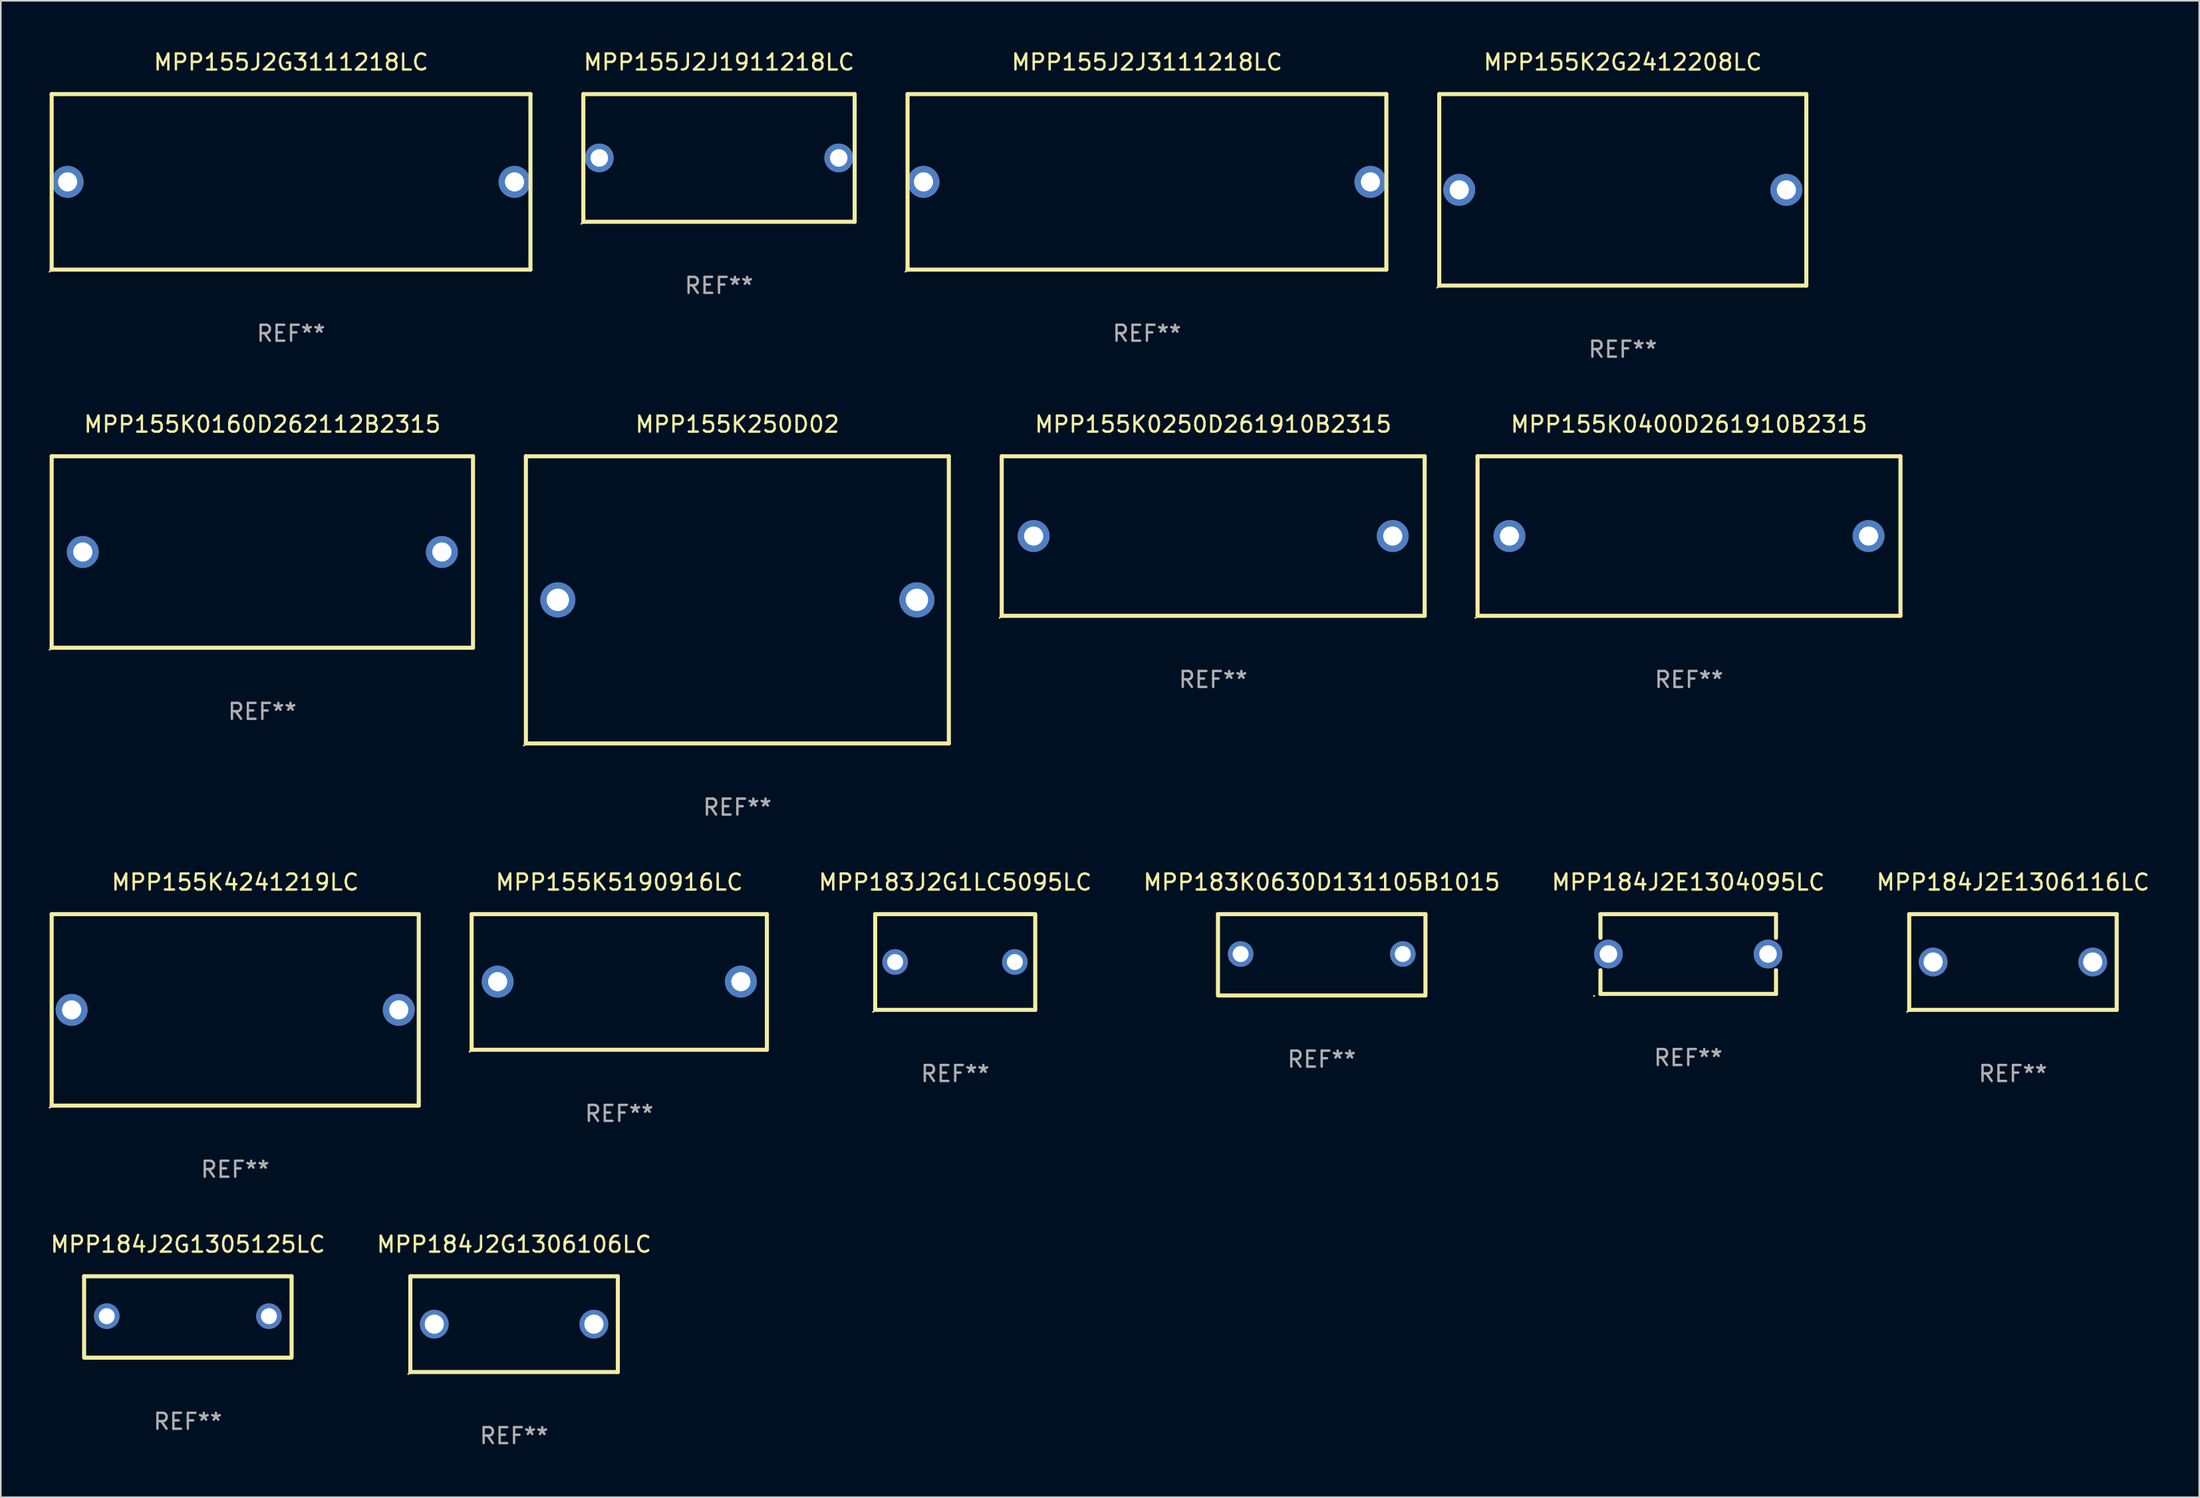
<source format=kicad_pcb>
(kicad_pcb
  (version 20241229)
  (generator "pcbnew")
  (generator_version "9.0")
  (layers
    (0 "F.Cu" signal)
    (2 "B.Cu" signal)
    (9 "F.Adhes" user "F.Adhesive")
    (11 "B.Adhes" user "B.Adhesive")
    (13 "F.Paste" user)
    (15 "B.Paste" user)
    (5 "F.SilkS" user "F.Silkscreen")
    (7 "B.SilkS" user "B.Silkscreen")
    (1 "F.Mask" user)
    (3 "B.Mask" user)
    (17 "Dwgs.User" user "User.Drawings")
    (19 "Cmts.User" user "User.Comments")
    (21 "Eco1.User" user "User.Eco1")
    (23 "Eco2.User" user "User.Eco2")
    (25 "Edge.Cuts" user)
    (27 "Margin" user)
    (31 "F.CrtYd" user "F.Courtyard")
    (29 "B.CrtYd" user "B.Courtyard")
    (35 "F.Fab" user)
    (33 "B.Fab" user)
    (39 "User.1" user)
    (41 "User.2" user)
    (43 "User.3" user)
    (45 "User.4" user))
  (footprint "MPP155J2J1911218LC"
    (layer "F.Cu")
    (at 42.001 6.848)
    (property "Reference" "MPP155J2J1911218LC" (at 0 -6 0) (layer "F.SilkS") (effects (font (size 1 1) (thickness 0.15))))
    (attr through_hole)
    (fp_line (start -8.5 -4) (end 8.5 -4) (stroke (width 0.254) (type solid)) (layer "F.SilkS"))
    (fp_line (start -8.5 4) (end -8.5 -4) (stroke (width 0.254) (type solid)) (layer "F.SilkS"))
    (fp_line (start 8.5 -4) (end 8.5 4) (stroke (width 0.254) (type solid)) (layer "F.SilkS"))
    (fp_line (start 8.5 4) (end -8.5 4) (stroke (width 0.254) (type solid)) (layer "F.SilkS"))
    (fp_circle (center -8.627 4.127) (end -8.597 4.127) (stroke (width 0.06) (type solid)) (fill no) (layer "F.SilkS"))
    (fp_text user "REF**" (at 0 8 0) (layer "F.Fab") (effects (font (size 1 1) (thickness 0.15))))
    (pad "1" thru_hole circle (at -7.501 0) (size 1.8 1.8) (drill 1.1) (layers "*.Cu" "*.Mask"))
    (pad "2" thru_hole circle (at 7.501 0) (size 1.8 1.8) (drill 1.1) (layers "*.Cu" "*.Mask")))
  (footprint "MPP184J2E1304095LC"
    (layer "F.Cu")
    (at 102.73 56.741)
    (property "Reference" "MPP184J2E1304095LC" (at 0 -4.5 0) (layer "F.SilkS") (effects (font (size 1 1) (thickness 0.15))))
    (attr through_hole)
    (fp_line (start -5.5 -2.5) (end -5.5 -1.014) (stroke (width 0.254) (type solid)) (layer "F.SilkS"))
    (fp_line (start -5.5 -2.5) (end 5.5 -2.5) (stroke (width 0.254) (type solid)) (layer "F.SilkS"))
    (fp_line (start -5.5 1.014) (end -5.5 2.5) (stroke (width 0.254) (type solid)) (layer "F.SilkS"))
    (fp_line (start 5.5 -1.014) (end 5.5 -2.5) (stroke (width 0.254) (type solid)) (layer "F.SilkS"))
    (fp_line (start 5.5 2.5) (end -5.5 2.5) (stroke (width 0.254) (type solid)) (layer "F.SilkS"))
    (fp_line (start 5.5 2.5) (end 5.5 1.014) (stroke (width 0.254) (type solid)) (layer "F.SilkS"))
    (fp_circle (center -5.9 2.627) (end -5.87 2.627) (stroke (width 0.06) (type solid)) (fill no) (layer "F.SilkS"))
    (fp_text user "REF**" (at 0 6.5 0) (layer "F.Fab") (effects (font (size 1 1) (thickness 0.15))))
    (pad "1" thru_hole circle (at -5 0) (size 1.8 1.8) (drill 1.1) (layers "*.Cu" "*.Mask"))
    (pad "2" thru_hole circle (at 5 0) (size 1.8 1.8) (drill 1.1) (layers "*.Cu" "*.Mask")))
  (footprint "MPP155K2G2412208LC"
    (layer "F.Cu")
    (at 98.629 8.848)
    (property "Reference" "MPP155K2G2412208LC" (at 0 -8 0) (layer "F.SilkS") (effects (font (size 1 1) (thickness 0.15))))
    (attr through_hole)
    (fp_line (start -11.5 -6) (end 11.5 -6) (stroke (width 0.254) (type solid)) (layer "F.SilkS"))
    (fp_line (start -11.5 6) (end -11.5 -6) (stroke (width 0.254) (type solid)) (layer "F.SilkS"))
    (fp_line (start 11.5 -6) (end 11.5 6) (stroke (width 0.254) (type solid)) (layer "F.SilkS"))
    (fp_line (start 11.5 6) (end -11.5 6) (stroke (width 0.254) (type solid)) (layer "F.SilkS"))
    (fp_circle (center -11.627 6.127) (end -11.597 6.127) (stroke (width 0.06) (type solid)) (fill no) (layer "F.SilkS"))
    (fp_text user "REF**" (at 0 10 0) (layer "F.Fab") (effects (font (size 1 1) (thickness 0.15))))
    (pad "1" thru_hole circle (at -10.249 0) (size 2 2) (drill 1.2) (layers "*.Cu" "*.Mask"))
    (pad "2" thru_hole circle (at 10.249 0) (size 2 2) (drill 1.2) (layers "*.Cu" "*.Mask")))
  (footprint "MPP184J2E1306116LC"
    (layer "F.Cu")
    (at 123.075 57.241)
    (property "Reference" "MPP184J2E1306116LC" (at 0 -5 0) (layer "F.SilkS") (effects (font (size 1 1) (thickness 0.15))))
    (attr through_hole)
    (fp_line (start -6.5 -3) (end 6.5 -3) (stroke (width 0.254) (type solid)) (layer "F.SilkS"))
    (fp_line (start -6.5 3) (end -6.5 -3) (stroke (width 0.254) (type solid)) (layer "F.SilkS"))
    (fp_line (start -6.5 3) (end 6.5 3) (stroke (width 0.254) (type solid)) (layer "F.SilkS"))
    (fp_line (start 6.5 -3) (end 6.5 3) (stroke (width 0.254) (type solid)) (layer "F.SilkS"))
    (fp_circle (center -6.627 3.127) (end -6.597 3.127) (stroke (width 0.06) (type solid)) (fill no) (layer "F.SilkS"))
    (fp_text user "REF**" (at 0 7 0) (layer "F.Fab") (effects (font (size 1 1) (thickness 0.15))))
    (pad "1" thru_hole circle (at -5 0) (size 1.8 1.8) (drill 1.2) (layers "*.Cu" "*.Mask"))
    (pad "2" thru_hole circle (at 5 0) (size 1.8 1.8) (drill 1.2) (layers "*.Cu" "*.Mask")))
  (footprint "MPP183J2G1LC5095LC"
    (layer "F.Cu")
    (at 56.801 57.241)
    (property "Reference" "MPP183J2G1LC5095LC" (at 0 -5 0) (layer "F.SilkS") (effects (font (size 1 1) (thickness 0.15))))
    (attr through_hole)
    (fp_line (start -5.015 3) (end -5.015 -3) (stroke (width 0.254) (type solid)) (layer "F.SilkS"))
    (fp_line (start -5.005 -3) (end 4.995 -3) (stroke (width 0.254) (type solid)) (layer "F.SilkS"))
    (fp_line (start 5.005 3) (end -4.995 3) (stroke (width 0.254) (type solid)) (layer "F.SilkS"))
    (fp_line (start 5.015 -3) (end 5.015 3) (stroke (width 0.254) (type solid)) (layer "F.SilkS"))
    (fp_circle (center -5.142 3.127) (end -5.112 3.127) (stroke (width 0.06) (type solid)) (fill no) (layer "F.SilkS"))
    (fp_text user "REF**" (at 0 7 0) (layer "F.Fab") (effects (font (size 1 1) (thickness 0.15))))
    (pad "1" thru_hole circle (at -3.765 0) (size 1.6 1.6) (drill 1) (layers "*.Cu" "*.Mask"))
    (pad "2" thru_hole circle (at 3.735 0) (size 1.6 1.6) (drill 1) (layers "*.Cu" "*.Mask")))
  (footprint "MPP155K5190916LC"
    (layer "F.Cu")
    (at 35.751 58.491)
    (property "Reference" "MPP155K5190916LC" (at 0 -6.25 0) (layer "F.SilkS") (effects (font (size 1 1) (thickness 0.15))))
    (attr through_hole)
    (fp_line (start -9.25 -4.25) (end 9.25 -4.25) (stroke (width 0.254) (type solid)) (layer "F.SilkS"))
    (fp_line (start -9.25 4.25) (end -9.25 -4.25) (stroke (width 0.254) (type solid)) (layer "F.SilkS"))
    (fp_line (start 9.25 -4.25) (end 9.25 4.25) (stroke (width 0.254) (type solid)) (layer "F.SilkS"))
    (fp_line (start 9.25 4.25) (end -9.25 4.25) (stroke (width 0.254) (type solid)) (layer "F.SilkS"))
    (fp_circle (center -9.377 4.377) (end -9.347 4.377) (stroke (width 0.06) (type solid)) (fill no) (layer "F.SilkS"))
    (fp_text user "REF**" (at 0 8.25 0) (layer "F.Fab") (effects (font (size 1 1) (thickness 0.15))))
    (pad "1" thru_hole circle (at -7.62 -0.02) (size 2 2) (drill 1.2) (layers "*.Cu" "*.Mask"))
    (pad "2" thru_hole circle (at 7.62 -0.02) (size 2 2) (drill 1.2) (layers "*.Cu" "*.Mask")))
  (footprint "MPP155J2G3111218LC"
    (layer "F.Cu")
    (at 15.187 8.348)
    (property "Reference" "MPP155J2G3111218LC" (at 0 -7.5 0) (layer "F.SilkS") (effects (font (size 1 1) (thickness 0.15))))
    (attr through_hole)
    (fp_line (start -15 -5.5) (end 15 -5.5) (stroke (width 0.254) (type solid)) (layer "F.SilkS"))
    (fp_line (start -15 5.5) (end -15 -5.5) (stroke (width 0.254) (type solid)) (layer "F.SilkS"))
    (fp_line (start 15 -5.5) (end 15 5.5) (stroke (width 0.254) (type solid)) (layer "F.SilkS"))
    (fp_line (start 15 5.5) (end -15 5.5) (stroke (width 0.254) (type solid)) (layer "F.SilkS"))
    (fp_circle (center -15.127 5.627) (end -15.097 5.627) (stroke (width 0.06) (type solid)) (fill no) (layer "F.SilkS"))
    (fp_text user "REF**" (at 0 9.5 0) (layer "F.Fab") (effects (font (size 1 1) (thickness 0.15))))
    (pad "1" thru_hole circle (at -14.001 0) (size 2 2) (drill 1.2) (layers "*.Cu" "*.Mask"))
    (pad "2" thru_hole circle (at 14.001 0) (size 2 2) (drill 1.2) (layers "*.Cu" "*.Mask")))
  (footprint "MPP184J2G1305125LC"
    (layer "F.Cu")
    (at 8.72 79.488)
    (property "Reference" "MPP184J2G1305125LC" (at 0 -4.55 0) (layer "F.SilkS") (effects (font (size 1 1) (thickness 0.15))))
    (attr through_hole)
    (fp_line (start -6.5 -2.55) (end 6.5 -2.55) (stroke (width 0.254) (type solid)) (layer "F.SilkS"))
    (fp_line (start -6.5 2.45) (end -6.5 -2.55) (stroke (width 0.254) (type solid)) (layer "F.SilkS"))
    (fp_line (start 6.5 -2.55) (end 6.5 2.45) (stroke (width 0.254) (type solid)) (layer "F.SilkS"))
    (fp_line (start 6.5 2.55) (end -6.5 2.55) (stroke (width 0.254) (type solid)) (layer "F.SilkS"))
    (fp_circle (center -6.5 2.45) (end -6.47 2.45) (stroke (width 0.06) (type solid)) (fill no) (layer "F.SilkS"))
    (fp_text user "REF**" (at 0 6.55 0) (layer "F.Fab") (effects (font (size 1 1) (thickness 0.15))))
    (pad "1" thru_hole circle (at -5.08 -0.05) (size 1.6 1.6) (drill 1) (layers "*.Cu" "*.Mask"))
    (pad "2" thru_hole circle (at 5.08 -0.05) (size 1.6 1.6) (drill 1) (layers "*.Cu" "*.Mask")))
  (footprint "MPP155K4241219LC"
    (layer "F.Cu")
    (at 11.687 60.241)
    (property "Reference" "MPP155K4241219LC" (at 0 -8 0) (layer "F.SilkS") (effects (font (size 1 1) (thickness 0.15))))
    (attr through_hole)
    (fp_line (start -11.5 -6) (end 11.5 -6) (stroke (width 0.254) (type solid)) (layer "F.SilkS"))
    (fp_line (start -11.5 6) (end -11.5 -6) (stroke (width 0.254) (type solid)) (layer "F.SilkS"))
    (fp_line (start 11.5 -6) (end 11.5 6) (stroke (width 0.254) (type solid)) (layer "F.SilkS"))
    (fp_line (start 11.5 6) (end -11.5 6) (stroke (width 0.254) (type solid)) (layer "F.SilkS"))
    (fp_circle (center -11.627 6.127) (end -11.597 6.127) (stroke (width 0.06) (type solid)) (fill no) (layer "F.SilkS"))
    (fp_text user "REF**" (at 0 10 0) (layer "F.Fab") (effects (font (size 1 1) (thickness 0.15))))
    (pad "1" thru_hole circle (at -10.249 0) (size 2 2) (drill 1.2) (layers "*.Cu" "*.Mask"))
    (pad "2" thru_hole circle (at 10.249 0) (size 2 2) (drill 1.2) (layers "*.Cu" "*.Mask")))
  (footprint "MPP155K0160D262112B2315"
    (layer "F.Cu")
    (at 13.387 31.545)
    (property "Reference" "MPP155K0160D262112B2315" (at 0 -8 0) (layer "F.SilkS") (effects (font (size 1 1) (thickness 0.15))))
    (attr through_hole)
    (fp_line (start -13.2 -6) (end 13.2 -6) (stroke (width 0.254) (type solid)) (layer "F.SilkS"))
    (fp_line (start -13.2 6) (end -13.2 -6) (stroke (width 0.254) (type solid)) (layer "F.SilkS"))
    (fp_line (start -13.2 6) (end 13.2 6) (stroke (width 0.254) (type solid)) (layer "F.SilkS"))
    (fp_line (start 13.2 -6) (end 13.2 6) (stroke (width 0.254) (type solid)) (layer "F.SilkS"))
    (fp_circle (center -13.327 6.127) (end -13.297 6.127) (stroke (width 0.06) (type solid)) (fill no) (layer "F.SilkS"))
    (fp_text user "REF**" (at 0 10 0) (layer "F.Fab") (effects (font (size 1 1) (thickness 0.15))))
    (pad "1" thru_hole circle (at -11.25 0) (size 2 2) (drill 1.2) (layers "*.Cu" "*.Mask"))
    (pad "2" thru_hole circle (at 11.25 0) (size 2 2) (drill 1.2) (layers "*.Cu" "*.Mask")))
  (footprint "MPP183K0630D131105B1015"
    (layer "F.Cu")
    (at 79.765 56.791)
    (property "Reference" "MPP183K0630D131105B1015" (at 0 -4.55 0) (layer "F.SilkS") (effects (font (size 1 1) (thickness 0.15))))
    (attr through_hole)
    (fp_line (start -6.5 -2.55) (end 6.5 -2.55) (stroke (width 0.254) (type solid)) (layer "F.SilkS"))
    (fp_line (start -6.5 2.45) (end -6.5 -2.55) (stroke (width 0.254) (type solid)) (layer "F.SilkS"))
    (fp_line (start 6.5 -2.55) (end 6.5 2.45) (stroke (width 0.254) (type solid)) (layer "F.SilkS"))
    (fp_line (start 6.5 2.55) (end -6.5 2.55) (stroke (width 0.254) (type solid)) (layer "F.SilkS"))
    (fp_circle (center -6.5 2.45) (end -6.47 2.45) (stroke (width 0.06) (type solid)) (fill no) (layer "F.SilkS"))
    (fp_text user "REF**" (at 0 6.55 0) (layer "F.Fab") (effects (font (size 1 1) (thickness 0.15))))
    (pad "1" thru_hole circle (at -5.08 -0.05) (size 1.6 1.6) (drill 1) (layers "*.Cu" "*.Mask"))
    (pad "2" thru_hole circle (at 5.08 -0.05) (size 1.6 1.6) (drill 1) (layers "*.Cu" "*.Mask")))
  (footprint "MPP155K0400D261910B2315"
    (layer "F.Cu")
    (at 102.779 30.545)
    (property "Reference" "MPP155K0400D261910B2315" (at 0 -7 0) (layer "F.SilkS") (effects (font (size 1 1) (thickness 0.15))))
    (attr through_hole)
    (fp_line (start -13.25 -5) (end 13.25 -5) (stroke (width 0.254) (type solid)) (layer "F.SilkS"))
    (fp_line (start -13.25 5) (end -13.25 -5) (stroke (width 0.254) (type solid)) (layer "F.SilkS"))
    (fp_line (start 13.25 -5) (end 13.25 5) (stroke (width 0.254) (type solid)) (layer "F.SilkS"))
    (fp_line (start 13.25 5) (end -13.25 5) (stroke (width 0.254) (type solid)) (layer "F.SilkS"))
    (fp_circle (center -13.377 5.127) (end -13.347 5.127) (stroke (width 0.06) (type solid)) (fill no) (layer "F.SilkS"))
    (fp_text user "REF**" (at 0 9 0) (layer "F.Fab") (effects (font (size 1 1) (thickness 0.15))))
    (pad "1" thru_hole circle (at -11.25 0) (size 2 2) (drill 1.2) (layers "*.Cu" "*.Mask"))
    (pad "2" thru_hole circle (at 11.25 0) (size 2 2) (drill 1.2) (layers "*.Cu" "*.Mask")))
  (footprint "MPP155J2J3111218LC"
    (layer "F.Cu")
    (at 68.815 8.348)
    (property "Reference" "MPP155J2J3111218LC" (at 0 -7.5 0) (layer "F.SilkS") (effects (font (size 1 1) (thickness 0.15))))
    (attr through_hole)
    (fp_line (start -15 -5.5) (end 15 -5.5) (stroke (width 0.254) (type solid)) (layer "F.SilkS"))
    (fp_line (start -15 5.5) (end -15 -5.5) (stroke (width 0.254) (type solid)) (layer "F.SilkS"))
    (fp_line (start 15 -5.5) (end 15 5.5) (stroke (width 0.254) (type solid)) (layer "F.SilkS"))
    (fp_line (start 15 5.5) (end -15 5.5) (stroke (width 0.254) (type solid)) (layer "F.SilkS"))
    (fp_circle (center -15.127 5.627) (end -15.097 5.627) (stroke (width 0.06) (type solid)) (fill no) (layer "F.SilkS"))
    (fp_text user "REF**" (at 0 9.5 0) (layer "F.Fab") (effects (font (size 1 1) (thickness 0.15))))
    (pad "1" thru_hole circle (at -14.001 0) (size 2 2) (drill 1.2) (layers "*.Cu" "*.Mask"))
    (pad "2" thru_hole circle (at 14.001 0) (size 2 2) (drill 1.2) (layers "*.Cu" "*.Mask")))
  (footprint "MPP184J2G1306106LC"
    (layer "F.Cu")
    (at 29.161 79.938)
    (property "Reference" "MPP184J2G1306106LC" (at 0 -5 0) (layer "F.SilkS") (effects (font (size 1 1) (thickness 0.15))))
    (attr through_hole)
    (fp_line (start -6.5 -3) (end 6.5 -3) (stroke (width 0.254) (type solid)) (layer "F.SilkS"))
    (fp_line (start -6.5 3) (end -6.5 -3) (stroke (width 0.254) (type solid)) (layer "F.SilkS"))
    (fp_line (start -6.5 3) (end 6.5 3) (stroke (width 0.254) (type solid)) (layer "F.SilkS"))
    (fp_line (start 6.5 -3) (end 6.5 3) (stroke (width 0.254) (type solid)) (layer "F.SilkS"))
    (fp_circle (center -6.627 3.127) (end -6.597 3.127) (stroke (width 0.06) (type solid)) (fill no) (layer "F.SilkS"))
    (fp_text user "REF**" (at 0 7 0) (layer "F.Fab") (effects (font (size 1 1) (thickness 0.15))))
    (pad "1" thru_hole circle (at -5 0) (size 1.8 1.8) (drill 1.2) (layers "*.Cu" "*.Mask"))
    (pad "2" thru_hole circle (at 5 0) (size 1.8 1.8) (drill 1.2) (layers "*.Cu" "*.Mask")))
  (footprint "MPP155K250D02"
    (layer "F.Cu")
    (at 43.151 34.545)
    (property "Reference" "MPP155K250D02" (at 0 -11 0) (layer "F.SilkS") (effects (font (size 1 1) (thickness 0.15))))
    (attr through_hole)
    (fp_line (start -13.25 -9) (end -13.25 9) (stroke (width 0.254) (type solid)) (layer "F.SilkS"))
    (fp_line (start -13.25 -9) (end 13.25 -9) (stroke (width 0.254) (type solid)) (layer "F.SilkS"))
    (fp_line (start 13.25 -9) (end 13.25 9) (stroke (width 0.254) (type solid)) (layer "F.SilkS"))
    (fp_line (start 13.25 9) (end -13.25 9) (stroke (width 0.254) (type solid)) (layer "F.SilkS"))
    (fp_circle (center -13.377 9.127) (end -13.347 9.127) (stroke (width 0.06) (type solid)) (fill no) (layer "F.SilkS"))
    (fp_text user "REF**" (at 0 13 0) (layer "F.Fab") (effects (font (size 1 1) (thickness 0.15))))
    (pad "1" thru_hole circle (at -11.25 0) (size 2.2 2.2) (drill 1.4) (layers "*.Cu" "*.Mask"))
    (pad "2" thru_hole circle (at 11.25 0) (size 2.2 2.2) (drill 1.4) (layers "*.Cu" "*.Mask")))
  (footprint "MPP155K0250D261910B2315"
    (layer "F.Cu")
    (at 72.965 30.545)
    (property "Reference" "MPP155K0250D261910B2315" (at 0 -7 0) (layer "F.SilkS") (effects (font (size 1 1) (thickness 0.15))))
    (attr through_hole)
    (fp_line (start -13.25 -5) (end 13.25 -5) (stroke (width 0.254) (type solid)) (layer "F.SilkS"))
    (fp_line (start -13.25 5) (end -13.25 -5) (stroke (width 0.254) (type solid)) (layer "F.SilkS"))
    (fp_line (start 13.25 -5) (end 13.25 5) (stroke (width 0.254) (type solid)) (layer "F.SilkS"))
    (fp_line (start 13.25 5) (end -13.25 5) (stroke (width 0.254) (type solid)) (layer "F.SilkS"))
    (fp_circle (center -13.377 5.127) (end -13.347 5.127) (stroke (width 0.06) (type solid)) (fill no) (layer "F.SilkS"))
    (fp_text user "REF**" (at 0 9 0) (layer "F.Fab") (effects (font (size 1 1) (thickness 0.15))))
    (pad "1" thru_hole circle (at -11.25 0) (size 2 2) (drill 1.2) (layers "*.Cu" "*.Mask"))
    (pad "2" thru_hole circle (at 11.25 0) (size 2 2) (drill 1.2) (layers "*.Cu" "*.Mask")))
  (gr_rect
    (start -3 -3)
    (end 134.747 90.786)
    (stroke (width 0.1) (type default))
    (fill no)
    (layer "Edge.Cuts")))
</source>
